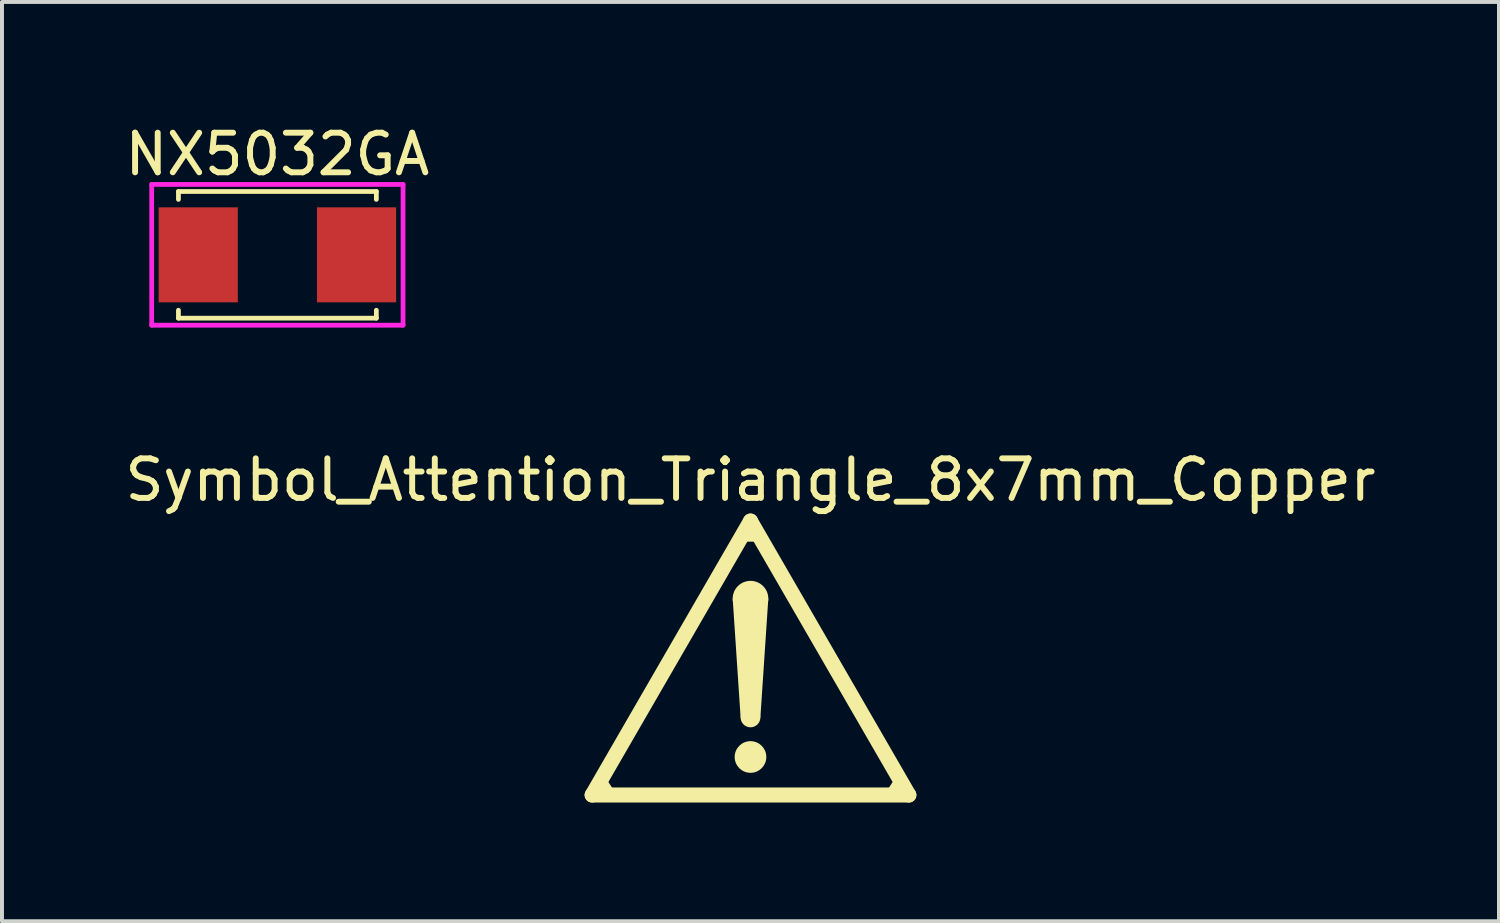
<source format=kicad_pcb>
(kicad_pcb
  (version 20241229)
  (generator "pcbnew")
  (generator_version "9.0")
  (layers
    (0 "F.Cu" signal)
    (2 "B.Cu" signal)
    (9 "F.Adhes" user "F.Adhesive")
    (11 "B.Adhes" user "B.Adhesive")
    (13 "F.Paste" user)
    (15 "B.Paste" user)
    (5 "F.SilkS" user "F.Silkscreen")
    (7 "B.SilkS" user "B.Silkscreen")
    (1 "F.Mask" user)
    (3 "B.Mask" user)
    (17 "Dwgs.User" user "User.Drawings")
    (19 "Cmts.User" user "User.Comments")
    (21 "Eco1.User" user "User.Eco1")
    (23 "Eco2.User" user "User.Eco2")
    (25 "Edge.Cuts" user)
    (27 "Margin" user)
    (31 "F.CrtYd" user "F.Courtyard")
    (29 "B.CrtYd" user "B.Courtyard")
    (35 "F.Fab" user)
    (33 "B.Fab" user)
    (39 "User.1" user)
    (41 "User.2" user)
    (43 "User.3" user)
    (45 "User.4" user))
  (footprint "NX5032GA"
    (layer "F.Cu")
    (at 3.958 3.388)
    (property "Reference" "NX5032GA" (at 0 -2.54 0) (layer "F.SilkS") (effects (font (size 1 1) (thickness 0.15))))
    (attr smd)
    (fp_line (start -2.5 -1.6) (end -2.5 -1.4) (stroke (width 0.12) (type solid)) (layer "F.SilkS"))
    (fp_line (start -2.5 -1.6) (end 2.5 -1.6) (stroke (width 0.12) (type solid)) (layer "F.SilkS"))
    (fp_line (start -2.5 1.6) (end -2.5 1.4) (stroke (width 0.12) (type solid)) (layer "F.SilkS"))
    (fp_line (start -2.5 1.6) (end 2.5 1.6) (stroke (width 0.12) (type solid)) (layer "F.SilkS"))
    (fp_line (start 2.5 -1.6) (end 2.5 -1.4) (stroke (width 0.12) (type solid)) (layer "F.SilkS"))
    (fp_line (start 2.5 1.6) (end 2.5 1.4) (stroke (width 0.12) (type solid)) (layer "F.SilkS"))
    (fp_line (start -3.175 -1.778) (end 3.175 -1.778) (stroke (width 0.12) (type solid)) (layer "F.CrtYd"))
    (fp_line (start -3.175 1.778) (end -3.175 -1.778) (stroke (width 0.12) (type solid)) (layer "F.CrtYd"))
    (fp_line (start 3.175 -1.778) (end 3.175 1.778) (stroke (width 0.12) (type solid)) (layer "F.CrtYd"))
    (fp_line (start 3.175 1.778) (end -3.175 1.778) (stroke (width 0.12) (type solid)) (layer "F.CrtYd"))
    (pad "1" smd rect (at -2 0) (size 2 2.4) (layers "F.Cu" "F.Mask" "F.Paste"))
    (pad "2" smd rect (at 2 0) (size 2 2.4) (layers "F.Cu" "F.Mask" "F.Paste")))
  (footprint "Symbol_Attention_Triangle_8x7mm_Copper"
    (layer "F.Cu")
    (at 15.911 13.575)
    (property "Reference" "Symbol_Attention_Triangle_8x7mm_Copper" (at 0 -4.5 0) (layer "F.SilkS") (effects (font (size 1 1) (thickness 0.15))))
    (attr exclude_from_pos_files exclude_from_bom)
    (fp_line (start -4 3.46) (end -0.000048 -3.46) (stroke (width 0.381) (type solid)) (layer "F.SilkS"))
    (fp_line (start -3.51 3.44) (end -3.776 3.031) (stroke (width 0.2) (type default)) (layer "F.SilkS"))
    (fp_line (start -0.15 -3.04) (end 0.16 -3.04) (stroke (width 0.2) (type default)) (layer "F.SilkS"))
    (fp_line (start 0 -3.46) (end 4 3.46) (stroke (width 0.381) (type solid)) (layer "F.SilkS"))
    (fp_line (start 3.51 3.44) (end 3.776 3.031) (stroke (width 0.2) (type default)) (layer "F.SilkS"))
    (fp_line (start 4 3.46) (end -4 3.46) (stroke (width 0.381) (type solid)) (layer "F.SilkS"))
    (fp_circle (center 0 -1.5) (end 0.45 -1.5) (stroke (width 0) (type solid)) (fill yes) (layer "F.SilkS"))
    (fp_circle (center 0 1.5) (end 0.25 1.5) (stroke (width 0) (type solid)) (fill yes) (layer "F.SilkS"))
    (fp_circle (center 0 2.5) (end 0.4 2.5) (stroke (width 0) (type solid)) (fill yes) (layer "F.SilkS"))
    (fp_poly (pts (xy -0.25 1.5) (xy 0.25 1.5) (xy 0.45 -1.5) (xy -0.45 -1.5)) (stroke (width 0) (type solid)) (fill yes) (layer "F.SilkS")))
  (gr_rect
    (start -3 -3)
    (end 34.821 20.225)
    (stroke (width 0.1) (type default))
    (fill no)
    (layer "Edge.Cuts")))
</source>
